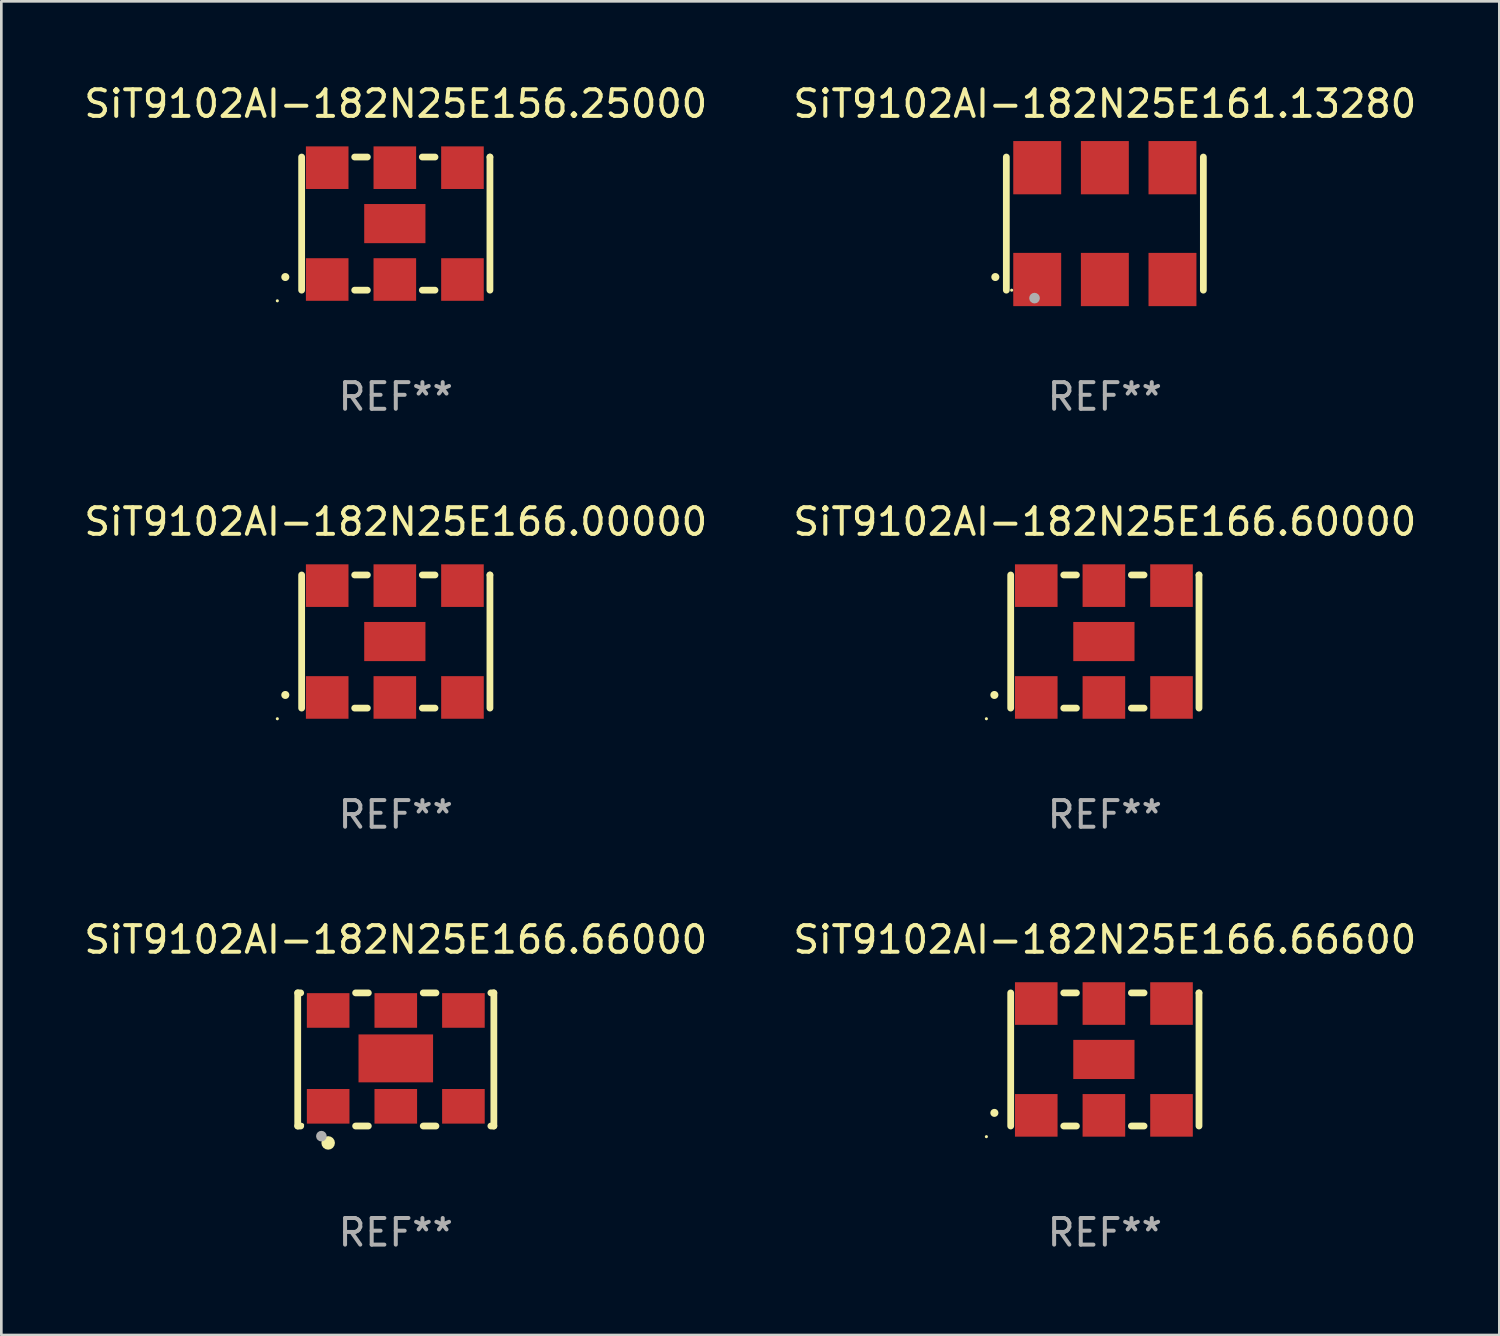
<source format=kicad_pcb>
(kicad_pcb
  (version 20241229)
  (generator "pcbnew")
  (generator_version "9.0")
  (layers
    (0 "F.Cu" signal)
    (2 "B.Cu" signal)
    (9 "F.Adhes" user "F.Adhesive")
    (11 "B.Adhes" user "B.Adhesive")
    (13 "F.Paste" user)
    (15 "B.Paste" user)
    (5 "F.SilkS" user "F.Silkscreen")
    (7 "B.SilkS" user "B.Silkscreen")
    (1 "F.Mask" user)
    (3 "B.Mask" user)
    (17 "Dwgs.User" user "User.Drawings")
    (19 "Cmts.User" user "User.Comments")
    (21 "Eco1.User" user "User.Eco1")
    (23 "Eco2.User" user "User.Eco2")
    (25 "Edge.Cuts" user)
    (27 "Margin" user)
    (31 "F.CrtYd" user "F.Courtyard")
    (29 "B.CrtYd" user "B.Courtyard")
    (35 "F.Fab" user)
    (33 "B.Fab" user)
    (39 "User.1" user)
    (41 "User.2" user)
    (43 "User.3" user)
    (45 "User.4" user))
  (footprint "SiT9102AI-182N25E156.25000"
    (layer "F.Cu")
    (at 11.815 5.348)
    (property "Reference" "SiT9102AI-182N25E156.25000" (at 0 -4.5 0) (layer "F.SilkS") (effects (font (size 1 1) (thickness 0.15))))
    (attr through_hole)
    (fp_line (start -3.536 -2.5) (end -3.536 2.5) (stroke (width 0.254) (type solid)) (layer "F.SilkS"))
    (fp_line (start -1.544 2.5) (end -1.067 2.5) (stroke (width 0.254) (type solid)) (layer "F.SilkS"))
    (fp_line (start -1.067 -2.5) (end -1.544 -2.5) (stroke (width 0.254) (type solid)) (layer "F.SilkS"))
    (fp_line (start 0.996 2.5) (end 1.473 2.5) (stroke (width 0.254) (type solid)) (layer "F.SilkS"))
    (fp_line (start 1.473 -2.5) (end 0.996 -2.5) (stroke (width 0.254) (type solid)) (layer "F.SilkS"))
    (fp_line (start 3.536 -2.5) (end 3.536 -2.5) (stroke (width 0.254) (type solid)) (layer "F.SilkS"))
    (fp_line (start 3.536 2.5) (end 3.536 -2.5) (stroke (width 0.254) (type solid)) (layer "F.SilkS"))
    (fp_arc (start -4.150432 2.006604) (mid -4.149162 2.006599) (end -4.147892 2.006604) (stroke (width 0.3) (type solid)) (layer "F.SilkS"))
    (fp_circle (center -4.449 2.9) (end -4.419 2.9) (stroke (width 0.06) (type solid)) (fill no) (layer "F.SilkS"))
    (fp_text user "REF**" (at 0 6.5 0) (layer "F.Fab") (effects (font (size 1 1) (thickness 0.15))))
    (pad "1" smd rect (at -2.576 2.1) (size 1.6 1.6) (layers "F.Cu" "F.Mask" "F.Paste"))
    (pad "2" smd rect (at -0.036 2.1) (size 1.6 1.6) (layers "F.Cu" "F.Mask" "F.Paste"))
    (pad "3" smd rect (at 2.504 2.1) (size 1.6 1.6) (layers "F.Cu" "F.Mask" "F.Paste"))
    (pad "4" smd rect (at 2.504 -2.1) (size 1.6 1.6) (layers "F.Cu" "F.Mask" "F.Paste"))
    (pad "5" smd rect (at -0.036 -2.1) (size 1.6 1.6) (layers "F.Cu" "F.Mask" "F.Paste"))
    (pad "6" smd rect (at -2.576 -2.1) (size 1.6 1.6) (layers "F.Cu" "F.Mask" "F.Paste"))
    (pad "7" smd rect (at -0.036 0) (size 2.3 1.47) (layers "F.Cu" "F.Mask" "F.Paste")))
  (footprint "SiT9102AI-182N25E166.66600"
    (layer "F.Cu")
    (at 38.446 36.741)
    (property "Reference" "SiT9102AI-182N25E166.66600" (at 0 -4.5 0) (layer "F.SilkS") (effects (font (size 1 1) (thickness 0.15))))
    (attr through_hole)
    (fp_line (start -3.536 -2.5) (end -3.536 2.5) (stroke (width 0.254) (type solid)) (layer "F.SilkS"))
    (fp_line (start -1.544 2.5) (end -1.067 2.5) (stroke (width 0.254) (type solid)) (layer "F.SilkS"))
    (fp_line (start -1.067 -2.5) (end -1.544 -2.5) (stroke (width 0.254) (type solid)) (layer "F.SilkS"))
    (fp_line (start 0.996 2.5) (end 1.473 2.5) (stroke (width 0.254) (type solid)) (layer "F.SilkS"))
    (fp_line (start 1.473 -2.5) (end 0.996 -2.5) (stroke (width 0.254) (type solid)) (layer "F.SilkS"))
    (fp_line (start 3.536 -2.5) (end 3.536 -2.5) (stroke (width 0.254) (type solid)) (layer "F.SilkS"))
    (fp_line (start 3.536 2.5) (end 3.536 -2.5) (stroke (width 0.254) (type solid)) (layer "F.SilkS"))
    (fp_arc (start -4.150432 2.006604) (mid -4.149162 2.006599) (end -4.147892 2.006604) (stroke (width 0.3) (type solid)) (layer "F.SilkS"))
    (fp_circle (center -4.449 2.9) (end -4.419 2.9) (stroke (width 0.06) (type solid)) (fill no) (layer "F.SilkS"))
    (fp_text user "REF**" (at 0 6.5 0) (layer "F.Fab") (effects (font (size 1 1) (thickness 0.15))))
    (pad "1" smd rect (at -2.576 2.1) (size 1.6 1.6) (layers "F.Cu" "F.Mask" "F.Paste"))
    (pad "2" smd rect (at -0.036 2.1) (size 1.6 1.6) (layers "F.Cu" "F.Mask" "F.Paste"))
    (pad "3" smd rect (at 2.504 2.1) (size 1.6 1.6) (layers "F.Cu" "F.Mask" "F.Paste"))
    (pad "4" smd rect (at 2.504 -2.1) (size 1.6 1.6) (layers "F.Cu" "F.Mask" "F.Paste"))
    (pad "5" smd rect (at -0.036 -2.1) (size 1.6 1.6) (layers "F.Cu" "F.Mask" "F.Paste"))
    (pad "6" smd rect (at -2.576 -2.1) (size 1.6 1.6) (layers "F.Cu" "F.Mask" "F.Paste"))
    (pad "7" smd rect (at -0.036 0) (size 2.3 1.47) (layers "F.Cu" "F.Mask" "F.Paste")))
  (footprint "SiT9102AI-182N25E161.13280"
    (layer "F.Cu")
    (at 38.446 5.348)
    (property "Reference" "SiT9102AI-182N25E161.13280" (at 0 -4.5 0) (layer "F.SilkS") (effects (font (size 1 1) (thickness 0.15))))
    (attr through_hole)
    (fp_line (start -3.7 -2.5) (end -3.7 2.5) (stroke (width 0.254) (type solid)) (layer "F.SilkS"))
    (fp_line (start 3.7 -2.5) (end 3.7 2.5) (stroke (width 0.254) (type solid)) (layer "F.SilkS"))
    (fp_arc (start -4.114415 2.006604) (mid -4.113145 2.006599) (end -4.111875 2.006604) (stroke (width 0.3) (type solid)) (layer "F.SilkS"))
    (fp_circle (center -3.5 2.501) (end -3.47 2.501) (stroke (width 0.06) (type solid)) (fill no) (layer "F.SilkS"))
    (fp_circle (center -2.641 2.799) (end -2.541 2.799) (stroke (width 0.2) (type solid)) (fill no) (layer "F.Fab"))
    (fp_text user "REF**" (at 0 6.5 0) (layer "F.Fab") (effects (font (size 1 1) (thickness 0.15))))
    (pad "1" smd rect (at -2.54 2.1) (size 1.8 2) (layers "F.Cu" "F.Mask" "F.Paste"))
    (pad "2" smd rect (at 0.000394 2.1) (size 1.8 2) (layers "F.Cu" "F.Mask" "F.Paste"))
    (pad "3" smd rect (at 2.54 2.1) (size 1.8 2) (layers "F.Cu" "F.Mask" "F.Paste"))
    (pad "4" smd rect (at 2.54 -2.1) (size 1.8 2) (layers "F.Cu" "F.Mask" "F.Paste"))
    (pad "5" smd rect (at 0.000394 -2.1) (size 1.8 2) (layers "F.Cu" "F.Mask" "F.Paste"))
    (pad "6" smd rect (at -2.54 -2.1) (size 1.8 2) (layers "F.Cu" "F.Mask" "F.Paste")))
  (footprint "SiT9102AI-182N25E166.60000"
    (layer "F.Cu")
    (at 38.446 21.045)
    (property "Reference" "SiT9102AI-182N25E166.60000" (at 0 -4.5 0) (layer "F.SilkS") (effects (font (size 1 1) (thickness 0.15))))
    (attr through_hole)
    (fp_line (start -3.536 -2.5) (end -3.536 2.5) (stroke (width 0.254) (type solid)) (layer "F.SilkS"))
    (fp_line (start -1.544 2.5) (end -1.067 2.5) (stroke (width 0.254) (type solid)) (layer "F.SilkS"))
    (fp_line (start -1.067 -2.5) (end -1.544 -2.5) (stroke (width 0.254) (type solid)) (layer "F.SilkS"))
    (fp_line (start 0.996 2.5) (end 1.473 2.5) (stroke (width 0.254) (type solid)) (layer "F.SilkS"))
    (fp_line (start 1.473 -2.5) (end 0.996 -2.5) (stroke (width 0.254) (type solid)) (layer "F.SilkS"))
    (fp_line (start 3.536 -2.5) (end 3.536 -2.5) (stroke (width 0.254) (type solid)) (layer "F.SilkS"))
    (fp_line (start 3.536 2.5) (end 3.536 -2.5) (stroke (width 0.254) (type solid)) (layer "F.SilkS"))
    (fp_arc (start -4.150432 2.006604) (mid -4.149162 2.006599) (end -4.147892 2.006604) (stroke (width 0.3) (type solid)) (layer "F.SilkS"))
    (fp_circle (center -4.449 2.9) (end -4.419 2.9) (stroke (width 0.06) (type solid)) (fill no) (layer "F.SilkS"))
    (fp_text user "REF**" (at 0 6.5 0) (layer "F.Fab") (effects (font (size 1 1) (thickness 0.15))))
    (pad "1" smd rect (at -2.576 2.1) (size 1.6 1.6) (layers "F.Cu" "F.Mask" "F.Paste"))
    (pad "2" smd rect (at -0.036 2.1) (size 1.6 1.6) (layers "F.Cu" "F.Mask" "F.Paste"))
    (pad "3" smd rect (at 2.504 2.1) (size 1.6 1.6) (layers "F.Cu" "F.Mask" "F.Paste"))
    (pad "4" smd rect (at 2.504 -2.1) (size 1.6 1.6) (layers "F.Cu" "F.Mask" "F.Paste"))
    (pad "5" smd rect (at -0.036 -2.1) (size 1.6 1.6) (layers "F.Cu" "F.Mask" "F.Paste"))
    (pad "6" smd rect (at -2.576 -2.1) (size 1.6 1.6) (layers "F.Cu" "F.Mask" "F.Paste"))
    (pad "7" smd rect (at -0.036 0) (size 2.3 1.47) (layers "F.Cu" "F.Mask" "F.Paste")))
  (footprint "SiT9102AI-182N25E166.66000"
    (layer "F.Cu")
    (at 11.815 36.741)
    (property "Reference" "SiT9102AI-182N25E166.66000" (at 0 -4.5 0) (layer "F.SilkS") (effects (font (size 1 1) (thickness 0.15))))
    (attr through_hole)
    (fp_line (start -3.683 -2.5) (end -3.571 -2.5) (stroke (width 0.254) (type solid)) (layer "F.SilkS"))
    (fp_line (start -3.683 2.5) (end -3.683 -2.5) (stroke (width 0.254) (type solid)) (layer "F.SilkS"))
    (fp_line (start -3.683 2.5) (end -3.571 2.5) (stroke (width 0.254) (type solid)) (layer "F.SilkS"))
    (fp_line (start -1.509 -2.5) (end -1.031 -2.5) (stroke (width 0.254) (type solid)) (layer "F.SilkS"))
    (fp_line (start -1.509 2.5) (end -1.031 2.5) (stroke (width 0.254) (type solid)) (layer "F.SilkS"))
    (fp_line (start 1.031 -2.5) (end 1.509 -2.5) (stroke (width 0.254) (type solid)) (layer "F.SilkS"))
    (fp_line (start 1.031 2.5) (end 1.509 2.5) (stroke (width 0.254) (type solid)) (layer "F.SilkS"))
    (fp_line (start 3.571 -2.5) (end 3.683 -2.5) (stroke (width 0.254) (type solid)) (layer "F.SilkS"))
    (fp_line (start 3.571 2.5) (end 3.683 2.5) (stroke (width 0.254) (type solid)) (layer "F.SilkS"))
    (fp_line (start 3.683 2.5) (end 3.683 -2.5) (stroke (width 0.254) (type solid)) (layer "F.SilkS"))
    (fp_circle (center -3.5 2.46) (end -3.47 2.46) (stroke (width 0.06) (type solid)) (fill no) (layer "F.SilkS"))
    (fp_circle (center -2.54 3.135) (end -2.413 3.135) (stroke (width 0.254) (type solid)) (fill no) (layer "F.SilkS"))
    (fp_circle (center -2.794 2.881) (end -2.694 2.881) (stroke (width 0.2) (type solid)) (fill no) (layer "F.Fab"))
    (fp_text user "REF**" (at 0 6.5 0) (layer "F.Fab") (effects (font (size 1 1) (thickness 0.15))))
    (pad "1" smd rect (at -2.54 1.76) (size 1.6 1.3) (layers "F.Cu" "F.Mask" "F.Paste"))
    (pad "2" smd rect (at 0 1.76) (size 1.6 1.3) (layers "F.Cu" "F.Mask" "F.Paste"))
    (pad "3" smd rect (at 2.54 1.76) (size 1.6 1.3) (layers "F.Cu" "F.Mask" "F.Paste"))
    (pad "4" smd rect (at 2.54 -1.84) (size 1.6 1.3) (layers "F.Cu" "F.Mask" "F.Paste"))
    (pad "5" smd rect (at 0 -1.84) (size 1.6 1.3) (layers "F.Cu" "F.Mask" "F.Paste"))
    (pad "6" smd rect (at -2.54 -1.84) (size 1.6 1.3) (layers "F.Cu" "F.Mask" "F.Paste"))
    (pad "7" smd rect (at 0 -0.04) (size 2.8 1.8) (layers "F.Cu" "F.Mask" "F.Paste")))
  (footprint "SiT9102AI-182N25E166.00000"
    (layer "F.Cu")
    (at 11.815 21.045)
    (property "Reference" "SiT9102AI-182N25E166.00000" (at 0 -4.5 0) (layer "F.SilkS") (effects (font (size 1 1) (thickness 0.15))))
    (attr through_hole)
    (fp_line (start -3.536 -2.5) (end -3.536 2.5) (stroke (width 0.254) (type solid)) (layer "F.SilkS"))
    (fp_line (start -1.544 2.5) (end -1.067 2.5) (stroke (width 0.254) (type solid)) (layer "F.SilkS"))
    (fp_line (start -1.067 -2.5) (end -1.544 -2.5) (stroke (width 0.254) (type solid)) (layer "F.SilkS"))
    (fp_line (start 0.996 2.5) (end 1.473 2.5) (stroke (width 0.254) (type solid)) (layer "F.SilkS"))
    (fp_line (start 1.473 -2.5) (end 0.996 -2.5) (stroke (width 0.254) (type solid)) (layer "F.SilkS"))
    (fp_line (start 3.536 -2.5) (end 3.536 -2.5) (stroke (width 0.254) (type solid)) (layer "F.SilkS"))
    (fp_line (start 3.536 2.5) (end 3.536 -2.5) (stroke (width 0.254) (type solid)) (layer "F.SilkS"))
    (fp_arc (start -4.150432 2.006604) (mid -4.149162 2.006599) (end -4.147892 2.006604) (stroke (width 0.3) (type solid)) (layer "F.SilkS"))
    (fp_circle (center -4.449 2.9) (end -4.419 2.9) (stroke (width 0.06) (type solid)) (fill no) (layer "F.SilkS"))
    (fp_text user "REF**" (at 0 6.5 0) (layer "F.Fab") (effects (font (size 1 1) (thickness 0.15))))
    (pad "1" smd rect (at -2.576 2.1) (size 1.6 1.6) (layers "F.Cu" "F.Mask" "F.Paste"))
    (pad "2" smd rect (at -0.036 2.1) (size 1.6 1.6) (layers "F.Cu" "F.Mask" "F.Paste"))
    (pad "3" smd rect (at 2.504 2.1) (size 1.6 1.6) (layers "F.Cu" "F.Mask" "F.Paste"))
    (pad "4" smd rect (at 2.504 -2.1) (size 1.6 1.6) (layers "F.Cu" "F.Mask" "F.Paste"))
    (pad "5" smd rect (at -0.036 -2.1) (size 1.6 1.6) (layers "F.Cu" "F.Mask" "F.Paste"))
    (pad "6" smd rect (at -2.576 -2.1) (size 1.6 1.6) (layers "F.Cu" "F.Mask" "F.Paste"))
    (pad "7" smd rect (at -0.036 0) (size 2.3 1.47) (layers "F.Cu" "F.Mask" "F.Paste")))
  (gr_rect
    (start -3 -3)
    (end 53.262 47.09)
    (stroke (width 0.1) (type default))
    (fill no)
    (layer "Edge.Cuts")))
</source>
